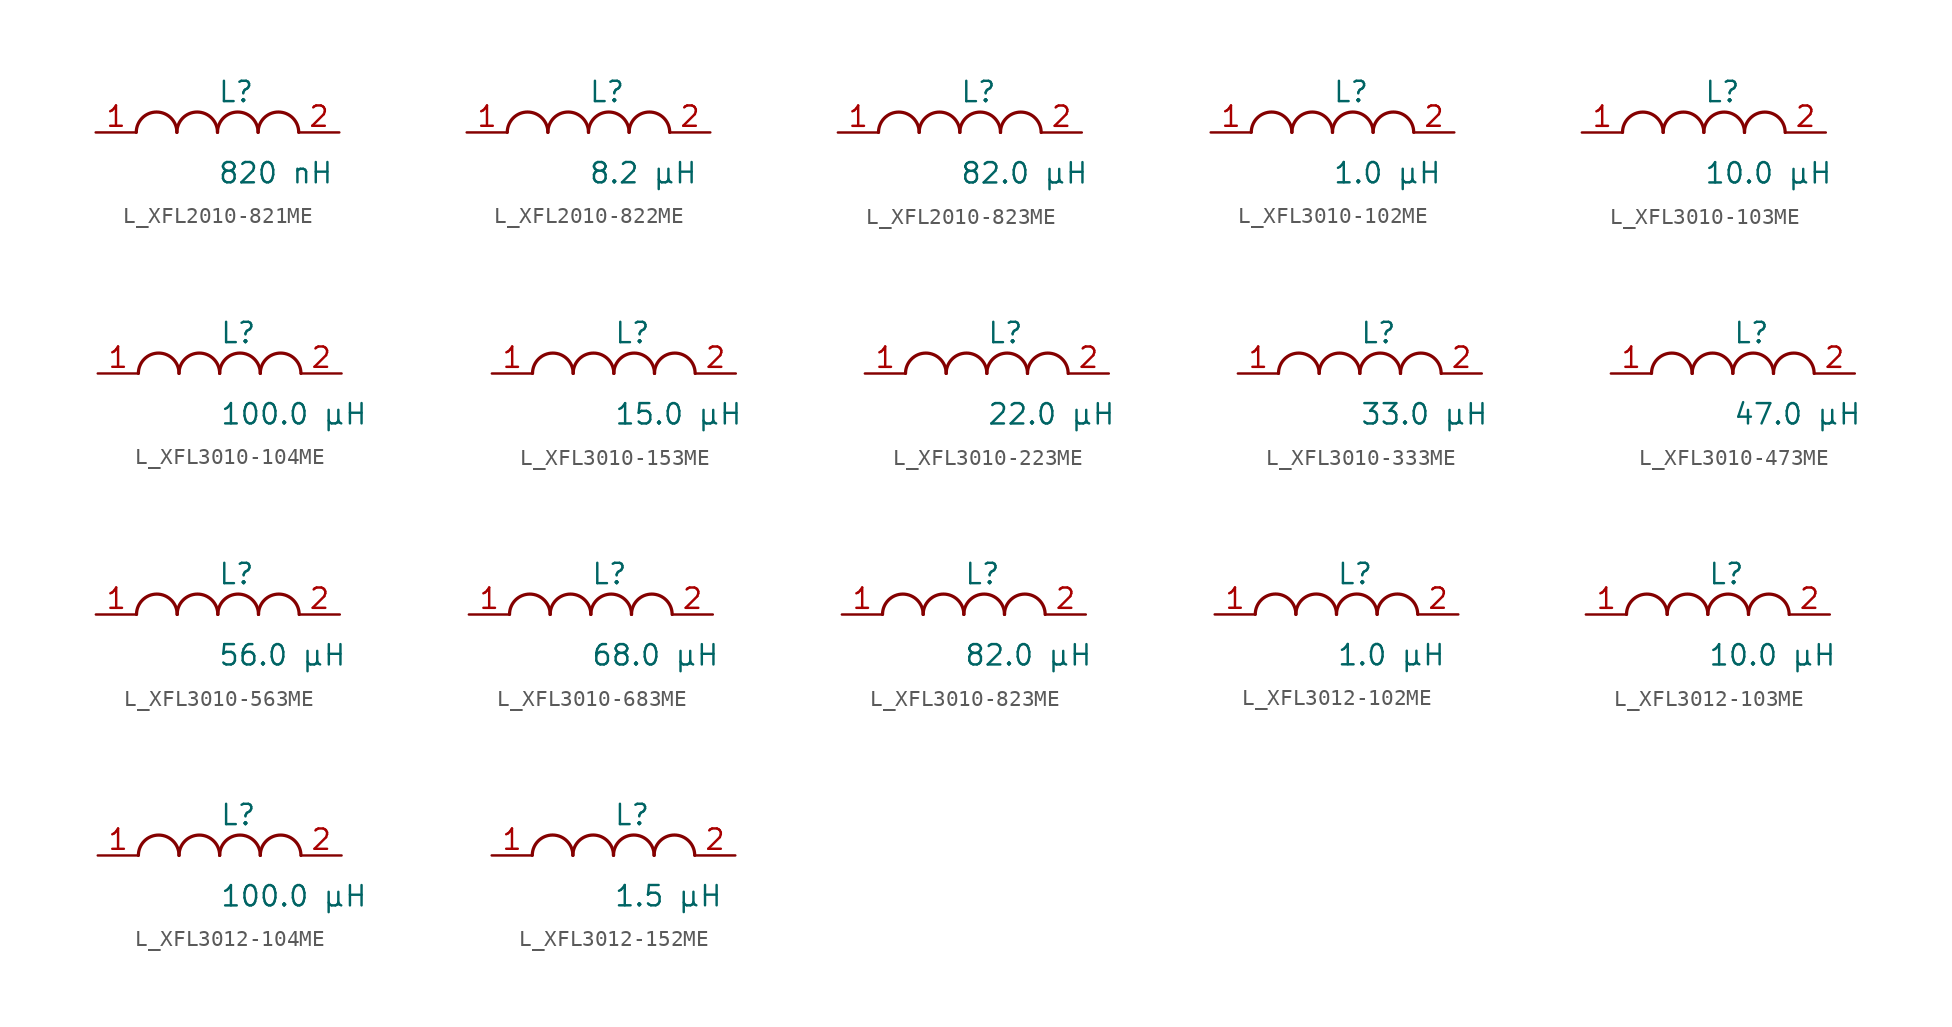
<source format=kicad_sym>
(kicad_symbol_lib
  (version 20231120)
  (generator kicad_symbol_editor)
  (generator_version 8.0)
  (symbol "L_XFL2010-821ME"
    (pin_names
      (offset 0.254))
    (property "Reference" "L"
      (at 0.0 2.54 0)
      (effects (font (size 1.27 1.27)) (justify left)))
    (property "Value" "820 nH"
      (at 0.0 -2.54 0)
      (effects (font (size 1.27 1.27)) (justify left)))
    (symbol "L_XFL2010-821ME_1_1"
      (arc (start -2.54 0.0056) (mid -3.81 1.27) (end -5.08 0.0056) (stroke (width 0.2032) (type default)) (fill (type none)))
      (arc (start 0 0.0056) (mid -1.27 1.27) (end -2.54 0.0056) (stroke (width 0.2032) (type default)) (fill (type none)))
      (arc (start 2.54 0.0056) (mid 1.27 1.27) (end 0 0.0056) (stroke (width 0.2032) (type default)) (fill (type none)))
      (arc (start 5.08 0.0056) (mid 3.81 1.27) (end 2.54 0.0056) (stroke (width 0.2032) (type default)) (fill (type none)))
      (pin unspecified line (at -7.62 0 0) (length 2.54) (name "" (effects (font (size 1.27 1.27)))) (number "1" (effects (font (size 1.27 1.27)))))
      (pin unspecified line (at 7.62 0 180) (length 2.54) (name "" (effects (font (size 1.27 1.27)))) (number "2" (effects (font (size 1.27 1.27)))))))
  (symbol "L_XFL2010-822ME"
    (pin_names
      (offset 0.254))
    (property "Reference" "L"
      (at 0.0 2.54 0)
      (effects (font (size 1.27 1.27)) (justify left)))
    (property "Value" "8.2 µH"
      (at 0.0 -2.54 0)
      (effects (font (size 1.27 1.27)) (justify left)))
    (symbol "L_XFL2010-822ME_1_1"
      (arc (start -2.54 0.0056) (mid -3.81 1.27) (end -5.08 0.0056) (stroke (width 0.2032) (type default)) (fill (type none)))
      (arc (start 0 0.0056) (mid -1.27 1.27) (end -2.54 0.0056) (stroke (width 0.2032) (type default)) (fill (type none)))
      (arc (start 2.54 0.0056) (mid 1.27 1.27) (end 0 0.0056) (stroke (width 0.2032) (type default)) (fill (type none)))
      (arc (start 5.08 0.0056) (mid 3.81 1.27) (end 2.54 0.0056) (stroke (width 0.2032) (type default)) (fill (type none)))
      (pin unspecified line (at -7.62 0 0) (length 2.54) (name "" (effects (font (size 1.27 1.27)))) (number "1" (effects (font (size 1.27 1.27)))))
      (pin unspecified line (at 7.62 0 180) (length 2.54) (name "" (effects (font (size 1.27 1.27)))) (number "2" (effects (font (size 1.27 1.27)))))))
  (symbol "L_XFL2010-823ME"
    (pin_names
      (offset 0.254))
    (property "Reference" "L"
      (at 0.0 2.54 0)
      (effects (font (size 1.27 1.27)) (justify left)))
    (property "Value" "82.0 µH"
      (at 0.0 -2.54 0)
      (effects (font (size 1.27 1.27)) (justify left)))
    (symbol "L_XFL2010-823ME_1_1"
      (arc (start -2.54 0.0056) (mid -3.81 1.27) (end -5.08 0.0056) (stroke (width 0.2032) (type default)) (fill (type none)))
      (arc (start 0 0.0056) (mid -1.27 1.27) (end -2.54 0.0056) (stroke (width 0.2032) (type default)) (fill (type none)))
      (arc (start 2.54 0.0056) (mid 1.27 1.27) (end 0 0.0056) (stroke (width 0.2032) (type default)) (fill (type none)))
      (arc (start 5.08 0.0056) (mid 3.81 1.27) (end 2.54 0.0056) (stroke (width 0.2032) (type default)) (fill (type none)))
      (pin unspecified line (at -7.62 0 0) (length 2.54) (name "" (effects (font (size 1.27 1.27)))) (number "1" (effects (font (size 1.27 1.27)))))
      (pin unspecified line (at 7.62 0 180) (length 2.54) (name "" (effects (font (size 1.27 1.27)))) (number "2" (effects (font (size 1.27 1.27)))))))
  (symbol "L_XFL3010-102ME"
    (pin_names
      (offset 0.254))
    (property "Reference" "L"
      (at 0.0 2.54 0)
      (effects (font (size 1.27 1.27)) (justify left)))
    (property "Value" "1.0 µH"
      (at 0.0 -2.54 0)
      (effects (font (size 1.27 1.27)) (justify left)))
    (symbol "L_XFL3010-102ME_1_1"
      (arc (start -2.54 0.0056) (mid -3.81 1.27) (end -5.08 0.0056) (stroke (width 0.2032) (type default)) (fill (type none)))
      (arc (start 0 0.0056) (mid -1.27 1.27) (end -2.54 0.0056) (stroke (width 0.2032) (type default)) (fill (type none)))
      (arc (start 2.54 0.0056) (mid 1.27 1.27) (end 0 0.0056) (stroke (width 0.2032) (type default)) (fill (type none)))
      (arc (start 5.08 0.0056) (mid 3.81 1.27) (end 2.54 0.0056) (stroke (width 0.2032) (type default)) (fill (type none)))
      (pin unspecified line (at -7.62 0 0) (length 2.54) (name "" (effects (font (size 1.27 1.27)))) (number "1" (effects (font (size 1.27 1.27)))))
      (pin unspecified line (at 7.62 0 180) (length 2.54) (name "" (effects (font (size 1.27 1.27)))) (number "2" (effects (font (size 1.27 1.27)))))))
  (symbol "L_XFL3010-103ME"
    (pin_names
      (offset 0.254))
    (property "Reference" "L"
      (at 0.0 2.54 0)
      (effects (font (size 1.27 1.27)) (justify left)))
    (property "Value" "10.0 µH"
      (at 0.0 -2.54 0)
      (effects (font (size 1.27 1.27)) (justify left)))
    (symbol "L_XFL3010-103ME_1_1"
      (arc (start -2.54 0.0056) (mid -3.81 1.27) (end -5.08 0.0056) (stroke (width 0.2032) (type default)) (fill (type none)))
      (arc (start 0 0.0056) (mid -1.27 1.27) (end -2.54 0.0056) (stroke (width 0.2032) (type default)) (fill (type none)))
      (arc (start 2.54 0.0056) (mid 1.27 1.27) (end 0 0.0056) (stroke (width 0.2032) (type default)) (fill (type none)))
      (arc (start 5.08 0.0056) (mid 3.81 1.27) (end 2.54 0.0056) (stroke (width 0.2032) (type default)) (fill (type none)))
      (pin unspecified line (at -7.62 0 0) (length 2.54) (name "" (effects (font (size 1.27 1.27)))) (number "1" (effects (font (size 1.27 1.27)))))
      (pin unspecified line (at 7.62 0 180) (length 2.54) (name "" (effects (font (size 1.27 1.27)))) (number "2" (effects (font (size 1.27 1.27)))))))
  (symbol "L_XFL3010-104ME"
    (pin_names
      (offset 0.254))
    (property "Reference" "L"
      (at 0.0 2.54 0)
      (effects (font (size 1.27 1.27)) (justify left)))
    (property "Value" "100.0 µH"
      (at 0.0 -2.54 0)
      (effects (font (size 1.27 1.27)) (justify left)))
    (symbol "L_XFL3010-104ME_1_1"
      (arc (start -2.54 0.0056) (mid -3.81 1.27) (end -5.08 0.0056) (stroke (width 0.2032) (type default)) (fill (type none)))
      (arc (start 0 0.0056) (mid -1.27 1.27) (end -2.54 0.0056) (stroke (width 0.2032) (type default)) (fill (type none)))
      (arc (start 2.54 0.0056) (mid 1.27 1.27) (end 0 0.0056) (stroke (width 0.2032) (type default)) (fill (type none)))
      (arc (start 5.08 0.0056) (mid 3.81 1.27) (end 2.54 0.0056) (stroke (width 0.2032) (type default)) (fill (type none)))
      (pin unspecified line (at -7.62 0 0) (length 2.54) (name "" (effects (font (size 1.27 1.27)))) (number "1" (effects (font (size 1.27 1.27)))))
      (pin unspecified line (at 7.62 0 180) (length 2.54) (name "" (effects (font (size 1.27 1.27)))) (number "2" (effects (font (size 1.27 1.27)))))))
  (symbol "L_XFL3010-153ME"
    (pin_names
      (offset 0.254))
    (property "Reference" "L"
      (at 0.0 2.54 0)
      (effects (font (size 1.27 1.27)) (justify left)))
    (property "Value" "15.0 µH"
      (at 0.0 -2.54 0)
      (effects (font (size 1.27 1.27)) (justify left)))
    (symbol "L_XFL3010-153ME_1_1"
      (arc (start -2.54 0.0056) (mid -3.81 1.27) (end -5.08 0.0056) (stroke (width 0.2032) (type default)) (fill (type none)))
      (arc (start 0 0.0056) (mid -1.27 1.27) (end -2.54 0.0056) (stroke (width 0.2032) (type default)) (fill (type none)))
      (arc (start 2.54 0.0056) (mid 1.27 1.27) (end 0 0.0056) (stroke (width 0.2032) (type default)) (fill (type none)))
      (arc (start 5.08 0.0056) (mid 3.81 1.27) (end 2.54 0.0056) (stroke (width 0.2032) (type default)) (fill (type none)))
      (pin unspecified line (at -7.62 0 0) (length 2.54) (name "" (effects (font (size 1.27 1.27)))) (number "1" (effects (font (size 1.27 1.27)))))
      (pin unspecified line (at 7.62 0 180) (length 2.54) (name "" (effects (font (size 1.27 1.27)))) (number "2" (effects (font (size 1.27 1.27)))))))
  (symbol "L_XFL3010-223ME"
    (pin_names
      (offset 0.254))
    (property "Reference" "L"
      (at 0.0 2.54 0)
      (effects (font (size 1.27 1.27)) (justify left)))
    (property "Value" "22.0 µH"
      (at 0.0 -2.54 0)
      (effects (font (size 1.27 1.27)) (justify left)))
    (symbol "L_XFL3010-223ME_1_1"
      (arc (start -2.54 0.0056) (mid -3.81 1.27) (end -5.08 0.0056) (stroke (width 0.2032) (type default)) (fill (type none)))
      (arc (start 0 0.0056) (mid -1.27 1.27) (end -2.54 0.0056) (stroke (width 0.2032) (type default)) (fill (type none)))
      (arc (start 2.54 0.0056) (mid 1.27 1.27) (end 0 0.0056) (stroke (width 0.2032) (type default)) (fill (type none)))
      (arc (start 5.08 0.0056) (mid 3.81 1.27) (end 2.54 0.0056) (stroke (width 0.2032) (type default)) (fill (type none)))
      (pin unspecified line (at -7.62 0 0) (length 2.54) (name "" (effects (font (size 1.27 1.27)))) (number "1" (effects (font (size 1.27 1.27)))))
      (pin unspecified line (at 7.62 0 180) (length 2.54) (name "" (effects (font (size 1.27 1.27)))) (number "2" (effects (font (size 1.27 1.27)))))))
  (symbol "L_XFL3010-333ME"
    (pin_names
      (offset 0.254))
    (property "Reference" "L"
      (at 0.0 2.54 0)
      (effects (font (size 1.27 1.27)) (justify left)))
    (property "Value" "33.0 µH"
      (at 0.0 -2.54 0)
      (effects (font (size 1.27 1.27)) (justify left)))
    (symbol "L_XFL3010-333ME_1_1"
      (arc (start -2.54 0.0056) (mid -3.81 1.27) (end -5.08 0.0056) (stroke (width 0.2032) (type default)) (fill (type none)))
      (arc (start 0 0.0056) (mid -1.27 1.27) (end -2.54 0.0056) (stroke (width 0.2032) (type default)) (fill (type none)))
      (arc (start 2.54 0.0056) (mid 1.27 1.27) (end 0 0.0056) (stroke (width 0.2032) (type default)) (fill (type none)))
      (arc (start 5.08 0.0056) (mid 3.81 1.27) (end 2.54 0.0056) (stroke (width 0.2032) (type default)) (fill (type none)))
      (pin unspecified line (at -7.62 0 0) (length 2.54) (name "" (effects (font (size 1.27 1.27)))) (number "1" (effects (font (size 1.27 1.27)))))
      (pin unspecified line (at 7.62 0 180) (length 2.54) (name "" (effects (font (size 1.27 1.27)))) (number "2" (effects (font (size 1.27 1.27)))))))
  (symbol "L_XFL3010-473ME"
    (pin_names
      (offset 0.254))
    (property "Reference" "L"
      (at 0.0 2.54 0)
      (effects (font (size 1.27 1.27)) (justify left)))
    (property "Value" "47.0 µH"
      (at 0.0 -2.54 0)
      (effects (font (size 1.27 1.27)) (justify left)))
    (symbol "L_XFL3010-473ME_1_1"
      (arc (start -2.54 0.0056) (mid -3.81 1.27) (end -5.08 0.0056) (stroke (width 0.2032) (type default)) (fill (type none)))
      (arc (start 0 0.0056) (mid -1.27 1.27) (end -2.54 0.0056) (stroke (width 0.2032) (type default)) (fill (type none)))
      (arc (start 2.54 0.0056) (mid 1.27 1.27) (end 0 0.0056) (stroke (width 0.2032) (type default)) (fill (type none)))
      (arc (start 5.08 0.0056) (mid 3.81 1.27) (end 2.54 0.0056) (stroke (width 0.2032) (type default)) (fill (type none)))
      (pin unspecified line (at -7.62 0 0) (length 2.54) (name "" (effects (font (size 1.27 1.27)))) (number "1" (effects (font (size 1.27 1.27)))))
      (pin unspecified line (at 7.62 0 180) (length 2.54) (name "" (effects (font (size 1.27 1.27)))) (number "2" (effects (font (size 1.27 1.27)))))))
  (symbol "L_XFL3010-563ME"
    (pin_names
      (offset 0.254))
    (property "Reference" "L"
      (at 0.0 2.54 0)
      (effects (font (size 1.27 1.27)) (justify left)))
    (property "Value" "56.0 µH"
      (at 0.0 -2.54 0)
      (effects (font (size 1.27 1.27)) (justify left)))
    (symbol "L_XFL3010-563ME_1_1"
      (arc (start -2.54 0.0056) (mid -3.81 1.27) (end -5.08 0.0056) (stroke (width 0.2032) (type default)) (fill (type none)))
      (arc (start 0 0.0056) (mid -1.27 1.27) (end -2.54 0.0056) (stroke (width 0.2032) (type default)) (fill (type none)))
      (arc (start 2.54 0.0056) (mid 1.27 1.27) (end 0 0.0056) (stroke (width 0.2032) (type default)) (fill (type none)))
      (arc (start 5.08 0.0056) (mid 3.81 1.27) (end 2.54 0.0056) (stroke (width 0.2032) (type default)) (fill (type none)))
      (pin unspecified line (at -7.62 0 0) (length 2.54) (name "" (effects (font (size 1.27 1.27)))) (number "1" (effects (font (size 1.27 1.27)))))
      (pin unspecified line (at 7.62 0 180) (length 2.54) (name "" (effects (font (size 1.27 1.27)))) (number "2" (effects (font (size 1.27 1.27)))))))
  (symbol "L_XFL3010-683ME"
    (pin_names
      (offset 0.254))
    (property "Reference" "L"
      (at 0.0 2.54 0)
      (effects (font (size 1.27 1.27)) (justify left)))
    (property "Value" "68.0 µH"
      (at 0.0 -2.54 0)
      (effects (font (size 1.27 1.27)) (justify left)))
    (symbol "L_XFL3010-683ME_1_1"
      (arc (start -2.54 0.0056) (mid -3.81 1.27) (end -5.08 0.0056) (stroke (width 0.2032) (type default)) (fill (type none)))
      (arc (start 0 0.0056) (mid -1.27 1.27) (end -2.54 0.0056) (stroke (width 0.2032) (type default)) (fill (type none)))
      (arc (start 2.54 0.0056) (mid 1.27 1.27) (end 0 0.0056) (stroke (width 0.2032) (type default)) (fill (type none)))
      (arc (start 5.08 0.0056) (mid 3.81 1.27) (end 2.54 0.0056) (stroke (width 0.2032) (type default)) (fill (type none)))
      (pin unspecified line (at -7.62 0 0) (length 2.54) (name "" (effects (font (size 1.27 1.27)))) (number "1" (effects (font (size 1.27 1.27)))))
      (pin unspecified line (at 7.62 0 180) (length 2.54) (name "" (effects (font (size 1.27 1.27)))) (number "2" (effects (font (size 1.27 1.27)))))))
  (symbol "L_XFL3010-823ME"
    (pin_names
      (offset 0.254))
    (property "Reference" "L"
      (at 0.0 2.54 0)
      (effects (font (size 1.27 1.27)) (justify left)))
    (property "Value" "82.0 µH"
      (at 0.0 -2.54 0)
      (effects (font (size 1.27 1.27)) (justify left)))
    (symbol "L_XFL3010-823ME_1_1"
      (arc (start -2.54 0.0056) (mid -3.81 1.27) (end -5.08 0.0056) (stroke (width 0.2032) (type default)) (fill (type none)))
      (arc (start 0 0.0056) (mid -1.27 1.27) (end -2.54 0.0056) (stroke (width 0.2032) (type default)) (fill (type none)))
      (arc (start 2.54 0.0056) (mid 1.27 1.27) (end 0 0.0056) (stroke (width 0.2032) (type default)) (fill (type none)))
      (arc (start 5.08 0.0056) (mid 3.81 1.27) (end 2.54 0.0056) (stroke (width 0.2032) (type default)) (fill (type none)))
      (pin unspecified line (at -7.62 0 0) (length 2.54) (name "" (effects (font (size 1.27 1.27)))) (number "1" (effects (font (size 1.27 1.27)))))
      (pin unspecified line (at 7.62 0 180) (length 2.54) (name "" (effects (font (size 1.27 1.27)))) (number "2" (effects (font (size 1.27 1.27)))))))
  (symbol "L_XFL3012-102ME"
    (pin_names
      (offset 0.254))
    (property "Reference" "L"
      (at 0.0 2.54 0)
      (effects (font (size 1.27 1.27)) (justify left)))
    (property "Value" "1.0 µH"
      (at 0.0 -2.54 0)
      (effects (font (size 1.27 1.27)) (justify left)))
    (symbol "L_XFL3012-102ME_1_1"
      (arc (start -2.54 0.0056) (mid -3.81 1.27) (end -5.08 0.0056) (stroke (width 0.2032) (type default)) (fill (type none)))
      (arc (start 0 0.0056) (mid -1.27 1.27) (end -2.54 0.0056) (stroke (width 0.2032) (type default)) (fill (type none)))
      (arc (start 2.54 0.0056) (mid 1.27 1.27) (end 0 0.0056) (stroke (width 0.2032) (type default)) (fill (type none)))
      (arc (start 5.08 0.0056) (mid 3.81 1.27) (end 2.54 0.0056) (stroke (width 0.2032) (type default)) (fill (type none)))
      (pin unspecified line (at -7.62 0 0) (length 2.54) (name "" (effects (font (size 1.27 1.27)))) (number "1" (effects (font (size 1.27 1.27)))))
      (pin unspecified line (at 7.62 0 180) (length 2.54) (name "" (effects (font (size 1.27 1.27)))) (number "2" (effects (font (size 1.27 1.27)))))))
  (symbol "L_XFL3012-103ME"
    (pin_names
      (offset 0.254))
    (property "Reference" "L"
      (at 0.0 2.54 0)
      (effects (font (size 1.27 1.27)) (justify left)))
    (property "Value" "10.0 µH"
      (at 0.0 -2.54 0)
      (effects (font (size 1.27 1.27)) (justify left)))
    (symbol "L_XFL3012-103ME_1_1"
      (arc (start -2.54 0.0056) (mid -3.81 1.27) (end -5.08 0.0056) (stroke (width 0.2032) (type default)) (fill (type none)))
      (arc (start 0 0.0056) (mid -1.27 1.27) (end -2.54 0.0056) (stroke (width 0.2032) (type default)) (fill (type none)))
      (arc (start 2.54 0.0056) (mid 1.27 1.27) (end 0 0.0056) (stroke (width 0.2032) (type default)) (fill (type none)))
      (arc (start 5.08 0.0056) (mid 3.81 1.27) (end 2.54 0.0056) (stroke (width 0.2032) (type default)) (fill (type none)))
      (pin unspecified line (at -7.62 0 0) (length 2.54) (name "" (effects (font (size 1.27 1.27)))) (number "1" (effects (font (size 1.27 1.27)))))
      (pin unspecified line (at 7.62 0 180) (length 2.54) (name "" (effects (font (size 1.27 1.27)))) (number "2" (effects (font (size 1.27 1.27)))))))
  (symbol "L_XFL3012-104ME"
    (pin_names
      (offset 0.254))
    (property "Reference" "L"
      (at 0.0 2.54 0)
      (effects (font (size 1.27 1.27)) (justify left)))
    (property "Value" "100.0 µH"
      (at 0.0 -2.54 0)
      (effects (font (size 1.27 1.27)) (justify left)))
    (symbol "L_XFL3012-104ME_1_1"
      (arc (start -2.54 0.0056) (mid -3.81 1.27) (end -5.08 0.0056) (stroke (width 0.2032) (type default)) (fill (type none)))
      (arc (start 0 0.0056) (mid -1.27 1.27) (end -2.54 0.0056) (stroke (width 0.2032) (type default)) (fill (type none)))
      (arc (start 2.54 0.0056) (mid 1.27 1.27) (end 0 0.0056) (stroke (width 0.2032) (type default)) (fill (type none)))
      (arc (start 5.08 0.0056) (mid 3.81 1.27) (end 2.54 0.0056) (stroke (width 0.2032) (type default)) (fill (type none)))
      (pin unspecified line (at -7.62 0 0) (length 2.54) (name "" (effects (font (size 1.27 1.27)))) (number "1" (effects (font (size 1.27 1.27)))))
      (pin unspecified line (at 7.62 0 180) (length 2.54) (name "" (effects (font (size 1.27 1.27)))) (number "2" (effects (font (size 1.27 1.27)))))))
  (symbol "L_XFL3012-152ME"
    (pin_names
      (offset 0.254))
    (property "Reference" "L"
      (at 0.0 2.54 0)
      (effects (font (size 1.27 1.27)) (justify left)))
    (property "Value" "1.5 µH"
      (at 0.0 -2.54 0)
      (effects (font (size 1.27 1.27)) (justify left)))
    (symbol "L_XFL3012-152ME_1_1"
      (arc (start -2.54 0.0056) (mid -3.81 1.27) (end -5.08 0.0056) (stroke (width 0.2032) (type default)) (fill (type none)))
      (arc (start 0 0.0056) (mid -1.27 1.27) (end -2.54 0.0056) (stroke (width 0.2032) (type default)) (fill (type none)))
      (arc (start 2.54 0.0056) (mid 1.27 1.27) (end 0 0.0056) (stroke (width 0.2032) (type default)) (fill (type none)))
      (arc (start 5.08 0.0056) (mid 3.81 1.27) (end 2.54 0.0056) (stroke (width 0.2032) (type default)) (fill (type none)))
      (pin unspecified line (at -7.62 0 0) (length 2.54) (name "" (effects (font (size 1.27 1.27)))) (number "1" (effects (font (size 1.27 1.27)))))
      (pin unspecified line (at 7.62 0 180) (length 2.54) (name "" (effects (font (size 1.27 1.27)))) (number "2" (effects (font (size 1.27 1.27))))))))
</source>
